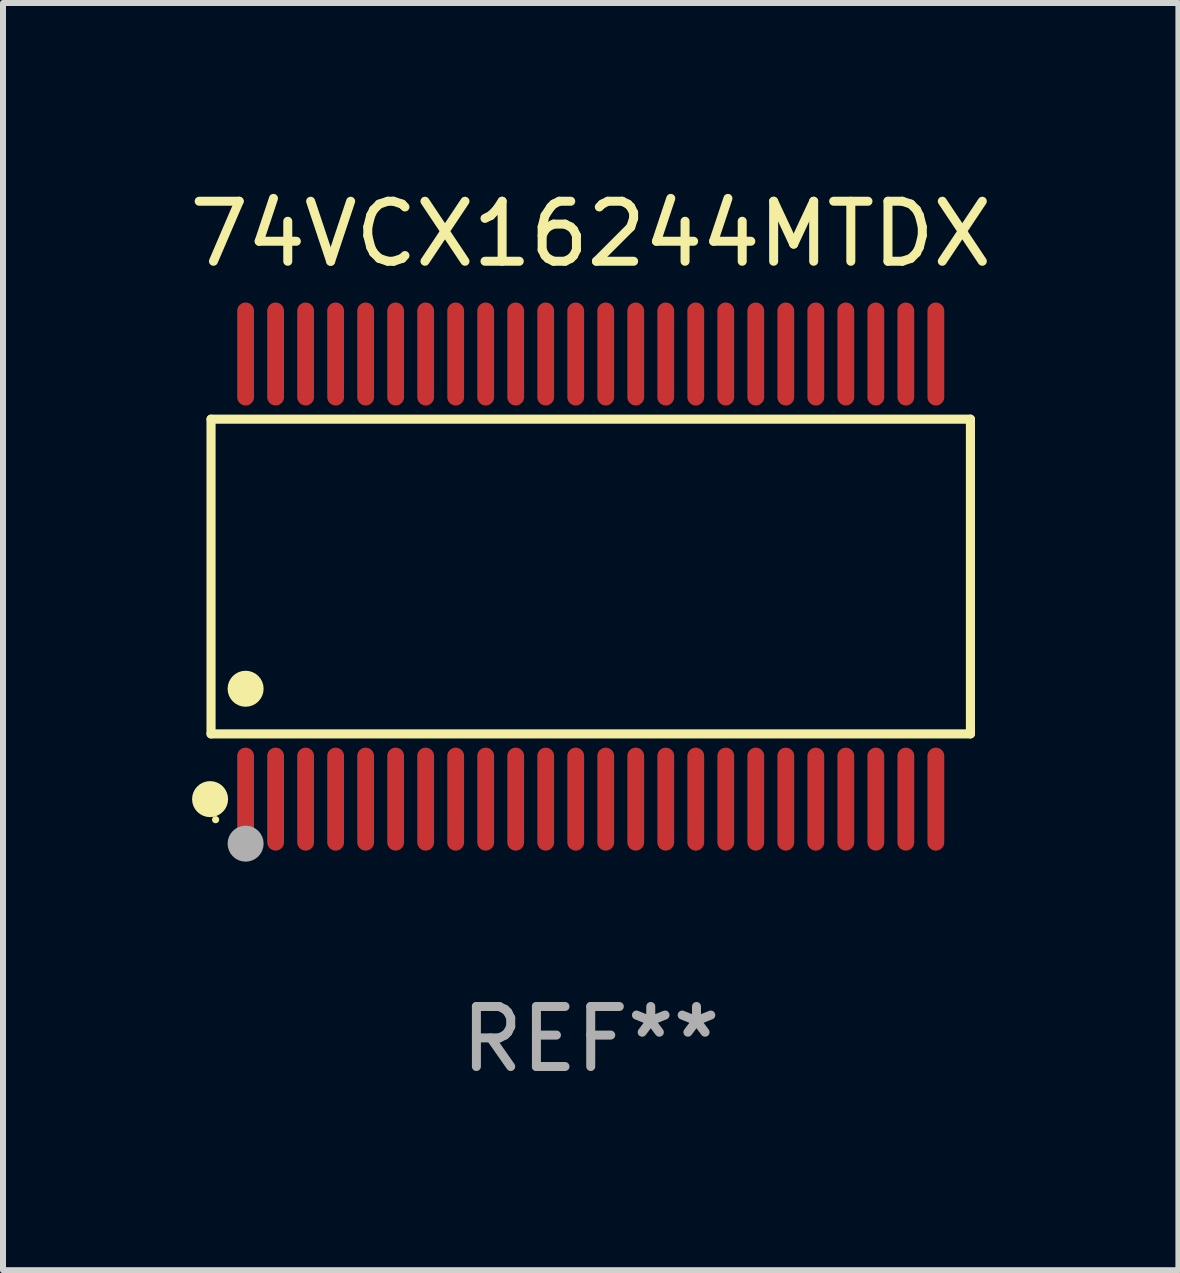
<source format=kicad_pcb>
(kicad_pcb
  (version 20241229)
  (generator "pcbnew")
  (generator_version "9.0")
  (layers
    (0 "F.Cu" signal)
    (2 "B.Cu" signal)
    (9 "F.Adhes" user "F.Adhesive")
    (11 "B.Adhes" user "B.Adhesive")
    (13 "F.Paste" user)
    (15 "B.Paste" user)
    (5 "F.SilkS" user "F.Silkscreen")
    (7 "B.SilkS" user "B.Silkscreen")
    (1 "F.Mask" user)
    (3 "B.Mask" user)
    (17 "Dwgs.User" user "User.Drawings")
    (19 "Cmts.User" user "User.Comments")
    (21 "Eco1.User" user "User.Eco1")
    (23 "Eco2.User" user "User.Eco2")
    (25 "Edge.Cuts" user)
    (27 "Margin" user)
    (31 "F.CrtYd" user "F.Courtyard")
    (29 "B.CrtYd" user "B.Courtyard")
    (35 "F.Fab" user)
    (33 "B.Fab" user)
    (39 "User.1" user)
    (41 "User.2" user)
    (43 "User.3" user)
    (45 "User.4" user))
  (footprint "74VCX16244MTDX"
    (layer "F.Cu")
    (at 6.792 6.556)
    (property "Reference" "74VCX16244MTDX" (at 0 -5.708 0) (layer "F.SilkS") (effects (font (size 1 1) (thickness 0.15))))
    (attr through_hole)
    (fp_line (start -6.326 -2.622) (end 6.326 -2.622) (stroke (width 0.152) (type solid)) (layer "F.SilkS"))
    (fp_line (start -6.326 2.621) (end -6.326 -2.622) (stroke (width 0.152) (type solid)) (layer "F.SilkS"))
    (fp_line (start 6.326 -2.622) (end 6.326 2.621) (stroke (width 0.152) (type solid)) (layer "F.SilkS"))
    (fp_line (start 6.326 2.621) (end -6.326 2.621) (stroke (width 0.152) (type solid)) (layer "F.SilkS"))
    (fp_circle (center -6.342 3.708) (end -6.192 3.708) (stroke (width 0.3) (type solid)) (fill no) (layer "F.SilkS"))
    (fp_circle (center -6.25 4.05) (end -6.22 4.05) (stroke (width 0.06) (type solid)) (fill no) (layer "F.SilkS"))
    (fp_circle (center -5.75 1.869) (end -5.6 1.869) (stroke (width 0.3) (type solid)) (fill no) (layer "F.SilkS"))
    (fp_circle (center -5.75 4.45) (end -5.6 4.45) (stroke (width 0.3) (type solid)) (fill no) (layer "F.Fab"))
    (fp_text user "REF**" (at 0 7.708 0) (layer "F.Fab") (effects (font (size 1 1) (thickness 0.15))))
    (pad "1" smd oval (at -5.75 3.708) (size 0.28 1.715) (layers "F.Cu" "F.Mask" "F.Paste"))
    (pad "2" smd oval (at -5.25 3.708) (size 0.28 1.715) (layers "F.Cu" "F.Mask" "F.Paste"))
    (pad "3" smd oval (at -4.75 3.708) (size 0.28 1.715) (layers "F.Cu" "F.Mask" "F.Paste"))
    (pad "4" smd oval (at -4.25 3.708) (size 0.28 1.715) (layers "F.Cu" "F.Mask" "F.Paste"))
    (pad "5" smd oval (at -3.75 3.708) (size 0.28 1.715) (layers "F.Cu" "F.Mask" "F.Paste"))
    (pad "6" smd oval (at -3.25 3.708) (size 0.28 1.715) (layers "F.Cu" "F.Mask" "F.Paste"))
    (pad "7" smd oval (at -2.75 3.708) (size 0.28 1.715) (layers "F.Cu" "F.Mask" "F.Paste"))
    (pad "8" smd oval (at -2.25 3.708) (size 0.28 1.715) (layers "F.Cu" "F.Mask" "F.Paste"))
    (pad "9" smd oval (at -1.75 3.708) (size 0.28 1.715) (layers "F.Cu" "F.Mask" "F.Paste"))
    (pad "10" smd oval (at -1.25 3.708) (size 0.28 1.715) (layers "F.Cu" "F.Mask" "F.Paste"))
    (pad "11" smd oval (at -0.75 3.708) (size 0.28 1.715) (layers "F.Cu" "F.Mask" "F.Paste"))
    (pad "12" smd oval (at -0.25 3.708) (size 0.28 1.715) (layers "F.Cu" "F.Mask" "F.Paste"))
    (pad "13" smd oval (at 0.25 3.708) (size 0.28 1.715) (layers "F.Cu" "F.Mask" "F.Paste"))
    (pad "14" smd oval (at 0.75 3.708) (size 0.28 1.715) (layers "F.Cu" "F.Mask" "F.Paste"))
    (pad "15" smd oval (at 1.25 3.708) (size 0.28 1.715) (layers "F.Cu" "F.Mask" "F.Paste"))
    (pad "16" smd oval (at 1.75 3.708) (size 0.28 1.715) (layers "F.Cu" "F.Mask" "F.Paste"))
    (pad "17" smd oval (at 2.25 3.708) (size 0.28 1.715) (layers "F.Cu" "F.Mask" "F.Paste"))
    (pad "18" smd oval (at 2.75 3.708) (size 0.28 1.715) (layers "F.Cu" "F.Mask" "F.Paste"))
    (pad "19" smd oval (at 3.25 3.708) (size 0.28 1.715) (layers "F.Cu" "F.Mask" "F.Paste"))
    (pad "20" smd oval (at 3.75 3.708) (size 0.28 1.715) (layers "F.Cu" "F.Mask" "F.Paste"))
    (pad "21" smd oval (at 4.25 3.708) (size 0.28 1.715) (layers "F.Cu" "F.Mask" "F.Paste"))
    (pad "22" smd oval (at 4.75 3.708) (size 0.28 1.715) (layers "F.Cu" "F.Mask" "F.Paste"))
    (pad "23" smd oval (at 5.25 3.708) (size 0.28 1.715) (layers "F.Cu" "F.Mask" "F.Paste"))
    (pad "24" smd oval (at 5.75 3.708) (size 0.28 1.715) (layers "F.Cu" "F.Mask" "F.Paste"))
    (pad "25" smd oval (at 5.75 -3.708) (size 0.28 1.715) (layers "F.Cu" "F.Mask" "F.Paste"))
    (pad "26" smd oval (at 5.25 -3.708) (size 0.28 1.715) (layers "F.Cu" "F.Mask" "F.Paste"))
    (pad "27" smd oval (at 4.75 -3.708) (size 0.28 1.715) (layers "F.Cu" "F.Mask" "F.Paste"))
    (pad "28" smd oval (at 4.25 -3.708) (size 0.28 1.715) (layers "F.Cu" "F.Mask" "F.Paste"))
    (pad "29" smd oval (at 3.75 -3.708) (size 0.28 1.715) (layers "F.Cu" "F.Mask" "F.Paste"))
    (pad "30" smd oval (at 3.25 -3.708) (size 0.28 1.715) (layers "F.Cu" "F.Mask" "F.Paste"))
    (pad "31" smd oval (at 2.75 -3.708) (size 0.28 1.715) (layers "F.Cu" "F.Mask" "F.Paste"))
    (pad "32" smd oval (at 2.25 -3.708) (size 0.28 1.715) (layers "F.Cu" "F.Mask" "F.Paste"))
    (pad "33" smd oval (at 1.75 -3.708) (size 0.28 1.715) (layers "F.Cu" "F.Mask" "F.Paste"))
    (pad "34" smd oval (at 1.25 -3.708) (size 0.28 1.715) (layers "F.Cu" "F.Mask" "F.Paste"))
    (pad "35" smd oval (at 0.75 -3.708) (size 0.28 1.715) (layers "F.Cu" "F.Mask" "F.Paste"))
    (pad "36" smd oval (at 0.25 -3.708) (size 0.28 1.715) (layers "F.Cu" "F.Mask" "F.Paste"))
    (pad "37" smd oval (at -0.25 -3.708) (size 0.28 1.715) (layers "F.Cu" "F.Mask" "F.Paste"))
    (pad "38" smd oval (at -0.75 -3.708) (size 0.28 1.715) (layers "F.Cu" "F.Mask" "F.Paste"))
    (pad "39" smd oval (at -1.25 -3.708) (size 0.28 1.715) (layers "F.Cu" "F.Mask" "F.Paste"))
    (pad "40" smd oval (at -1.75 -3.708) (size 0.28 1.715) (layers "F.Cu" "F.Mask" "F.Paste"))
    (pad "41" smd oval (at -2.25 -3.708) (size 0.28 1.715) (layers "F.Cu" "F.Mask" "F.Paste"))
    (pad "42" smd oval (at -2.75 -3.708) (size 0.28 1.715) (layers "F.Cu" "F.Mask" "F.Paste"))
    (pad "43" smd oval (at -3.25 -3.708) (size 0.28 1.715) (layers "F.Cu" "F.Mask" "F.Paste"))
    (pad "44" smd oval (at -3.75 -3.708) (size 0.28 1.715) (layers "F.Cu" "F.Mask" "F.Paste"))
    (pad "45" smd oval (at -4.25 -3.708) (size 0.28 1.715) (layers "F.Cu" "F.Mask" "F.Paste"))
    (pad "46" smd oval (at -4.75 -3.708) (size 0.28 1.715) (layers "F.Cu" "F.Mask" "F.Paste"))
    (pad "47" smd oval (at -5.25 -3.708) (size 0.28 1.715) (layers "F.Cu" "F.Mask" "F.Paste"))
    (pad "48" smd oval (at -5.75 -3.708) (size 0.28 1.715) (layers "F.Cu" "F.Mask" "F.Paste")))
  (gr_rect
    (start -3 -3)
    (end 16.583 18.112)
    (stroke (width 0.1) (type default))
    (fill no)
    (layer "Edge.Cuts")))
</source>
